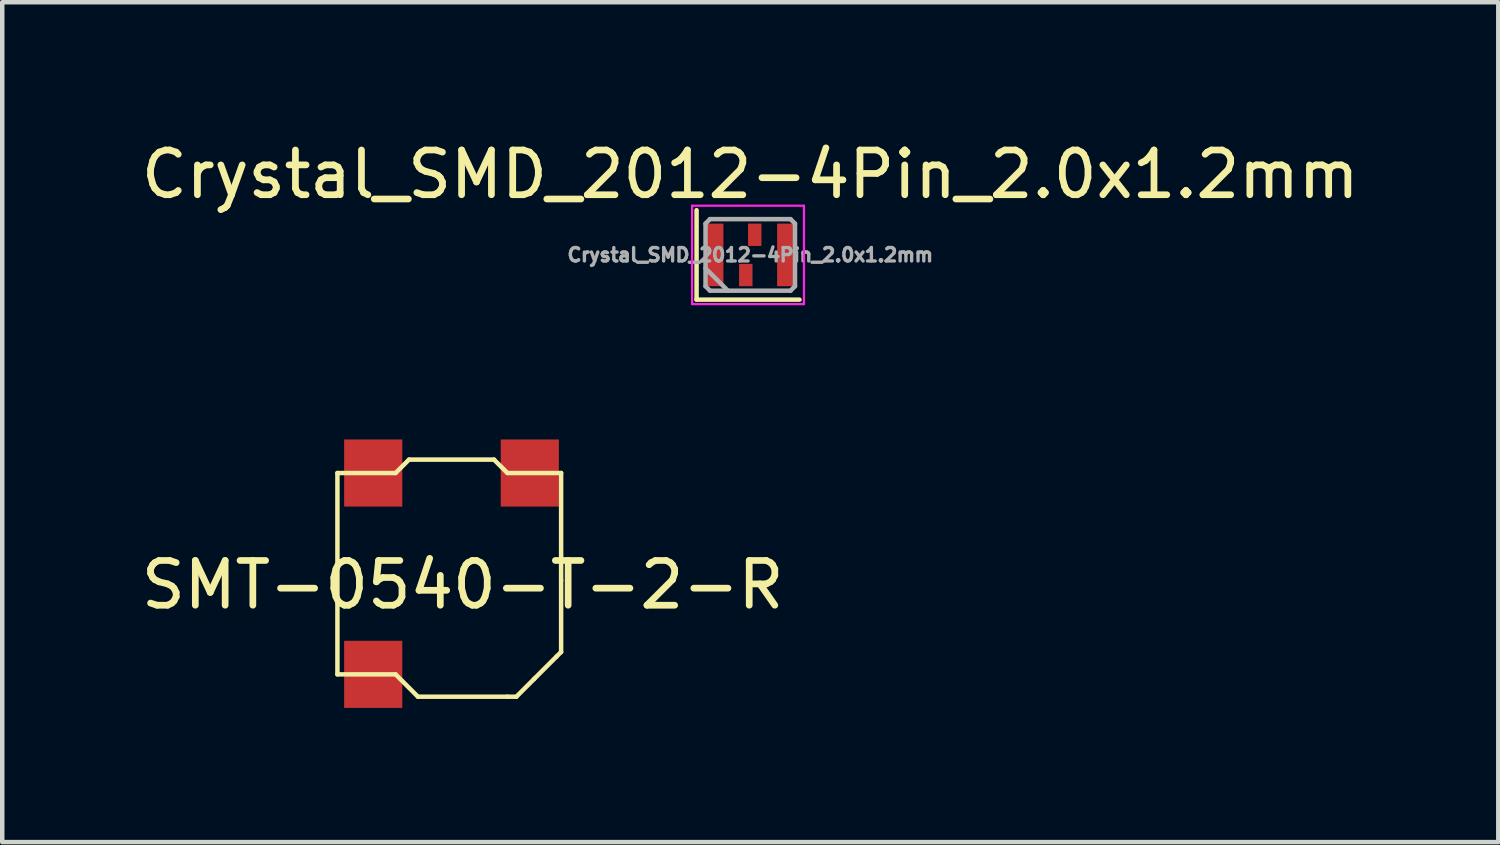
<source format=kicad_pcb>
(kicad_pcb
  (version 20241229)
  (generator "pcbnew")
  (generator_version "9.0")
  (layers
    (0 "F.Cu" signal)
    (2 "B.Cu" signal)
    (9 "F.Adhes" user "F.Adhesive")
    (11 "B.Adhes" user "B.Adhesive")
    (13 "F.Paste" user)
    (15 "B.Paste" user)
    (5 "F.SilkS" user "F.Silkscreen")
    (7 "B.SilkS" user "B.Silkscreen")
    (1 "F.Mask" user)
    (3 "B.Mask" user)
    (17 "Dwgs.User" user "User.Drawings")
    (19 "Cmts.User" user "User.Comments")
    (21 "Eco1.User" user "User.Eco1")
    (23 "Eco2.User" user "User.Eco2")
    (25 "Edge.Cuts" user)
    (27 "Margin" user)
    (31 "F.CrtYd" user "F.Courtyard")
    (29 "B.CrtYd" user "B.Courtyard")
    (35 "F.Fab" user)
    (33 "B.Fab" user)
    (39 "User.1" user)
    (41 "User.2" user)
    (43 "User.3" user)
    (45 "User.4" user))
  (footprint "Crystal_SMD_2012-4Pin_2.0x1.2mm"
    (layer "F.Cu")
    (at 13.72 2.648)
    (property "Reference" "Crystal_SMD_2012-4Pin_2.0x1.2mm" (at 0 -1.8 0) (layer "F.SilkS") (effects (font (size 1 1) (thickness 0.15))))
    (attr smd)
    (fp_line (start -1.2 -1) (end -1.2 1) (stroke (width 0.1) (type solid)) (layer "F.SilkS"))
    (fp_line (start -1.2 1) (end 1.1 1) (stroke (width 0.1) (type solid)) (layer "F.SilkS"))
    (fp_line (start -1.3 -1.1) (end -1.3 1.1) (stroke (width 0.05) (type solid)) (layer "F.CrtYd"))
    (fp_line (start -1.3 1.1) (end 1.2 1.1) (stroke (width 0.05) (type solid)) (layer "F.CrtYd"))
    (fp_line (start 1.2 -1.1) (end -1.3 -1.1) (stroke (width 0.05) (type solid)) (layer "F.CrtYd"))
    (fp_line (start 1.2 1.1) (end 1.2 -1.1) (stroke (width 0.05) (type solid)) (layer "F.CrtYd"))
    (fp_line (start -1 -0.7) (end -0.9 -0.8) (stroke (width 0.1) (type solid)) (layer "F.Fab"))
    (fp_line (start -1 0.3) (end -0.5 0.8) (stroke (width 0.1) (type solid)) (layer "F.Fab"))
    (fp_line (start -1 0.7) (end -1 -0.7) (stroke (width 0.1) (type solid)) (layer "F.Fab"))
    (fp_line (start -0.9 -0.8) (end 0.9 -0.8) (stroke (width 0.1) (type solid)) (layer "F.Fab"))
    (fp_line (start -0.9 0.8) (end -1 0.7) (stroke (width 0.1) (type solid)) (layer "F.Fab"))
    (fp_line (start 0.9 -0.8) (end 1 -0.7) (stroke (width 0.1) (type solid)) (layer "F.Fab"))
    (fp_line (start 0.9 0.8) (end -0.9 0.8) (stroke (width 0.1) (type solid)) (layer "F.Fab"))
    (fp_line (start 1 -0.7) (end 1 0.7) (stroke (width 0.1) (type solid)) (layer "F.Fab"))
    (fp_line (start 1 0.7) (end 0.9 0.8) (stroke (width 0.1) (type solid)) (layer "F.Fab"))
    (fp_text user "${REFERENCE}" (at 0 0 0) (layer "F.Fab") (effects (font (size 0.3 0.3) (thickness 0.075))))
    (pad "1" smd rect (at -0.8 0) (size 0.4 1.4) (layers "F.Cu" "F.Mask" "F.Paste"))
    (pad "2" smd rect (at -0.1 0.45) (size 0.3 0.5) (layers "F.Cu" "F.Mask" "F.Paste"))
    (pad "3" smd rect (at 0.8 0) (size 0.4 1.4) (layers "F.Cu" "F.Mask" "F.Paste"))
    (pad "4" smd rect (at 0.1 -0.45) (size 0.3 0.5) (layers "F.Cu" "F.Mask" "F.Paste")))
  (footprint "SMT-0540-T-2-R"
    (layer "F.Cu")
    (at 5.292 7.523)
    (property "Reference" "SMT-0540-T-2-R" (at 2 2.5 0) (layer "F.SilkS") (effects (font (size 1 1) (thickness 0.15))))
    (attr through_hole)
    (fp_line (start -0.8 4.5) (end -0.8 0) (stroke (width 0.1) (type solid)) (layer "F.SilkS"))
    (fp_line (start 0.5 0) (end -0.8 0) (stroke (width 0.1) (type solid)) (layer "F.SilkS"))
    (fp_line (start 0.5 0) (end 0.8 -0.3) (stroke (width 0.1) (type solid)) (layer "F.SilkS"))
    (fp_line (start 0.5 4.5) (end -0.8 4.5) (stroke (width 0.1) (type solid)) (layer "F.SilkS"))
    (fp_line (start 0.5 4.5) (end 1 5) (stroke (width 0.1) (type solid)) (layer "F.SilkS"))
    (fp_line (start 1 5) (end 3 5) (stroke (width 0.1) (type solid)) (layer "F.SilkS"))
    (fp_line (start 2.7 -0.3) (end 0.8 -0.3) (stroke (width 0.1) (type solid)) (layer "F.SilkS"))
    (fp_line (start 3 0) (end 2.7 -0.3) (stroke (width 0.1) (type solid)) (layer "F.SilkS"))
    (fp_line (start 3 0) (end 4.2 0) (stroke (width 0.1) (type solid)) (layer "F.SilkS"))
    (fp_line (start 3 5) (end 3.2 5) (stroke (width 0.1) (type solid)) (layer "F.SilkS"))
    (fp_line (start 3.2 5) (end 3.6 4.6) (stroke (width 0.1) (type solid)) (layer "F.SilkS"))
    (fp_line (start 3.6 4.6) (end 4.1 4.1) (stroke (width 0.1) (type solid)) (layer "F.SilkS"))
    (fp_line (start 4.1 4.1) (end 4.2 4) (stroke (width 0.1) (type solid)) (layer "F.SilkS"))
    (fp_line (start 4.2 0) (end 4.2 2.4) (stroke (width 0.1) (type solid)) (layer "F.SilkS"))
    (fp_line (start 4.2 2.4) (end 4.2 4) (stroke (width 0.1) (type solid)) (layer "F.SilkS"))
    (pad "1" smd rect (at 0 0) (size 1.3 1.5) (layers "F.Cu" "F.Mask" "F.Paste"))
    (pad "2" smd rect (at 3.5 0) (size 1.3 1.5) (layers "F.Cu" "F.Mask" "F.Paste"))
    (pad "NC" smd rect (at 0 4.5) (size 1.3 1.5) (layers "F.Cu" "F.Mask" "F.Paste")))
  (gr_rect
    (start -3 -3)
    (end 30.44 15.773)
    (stroke (width 0.1) (type default))
    (fill no)
    (layer "Edge.Cuts")))
</source>
